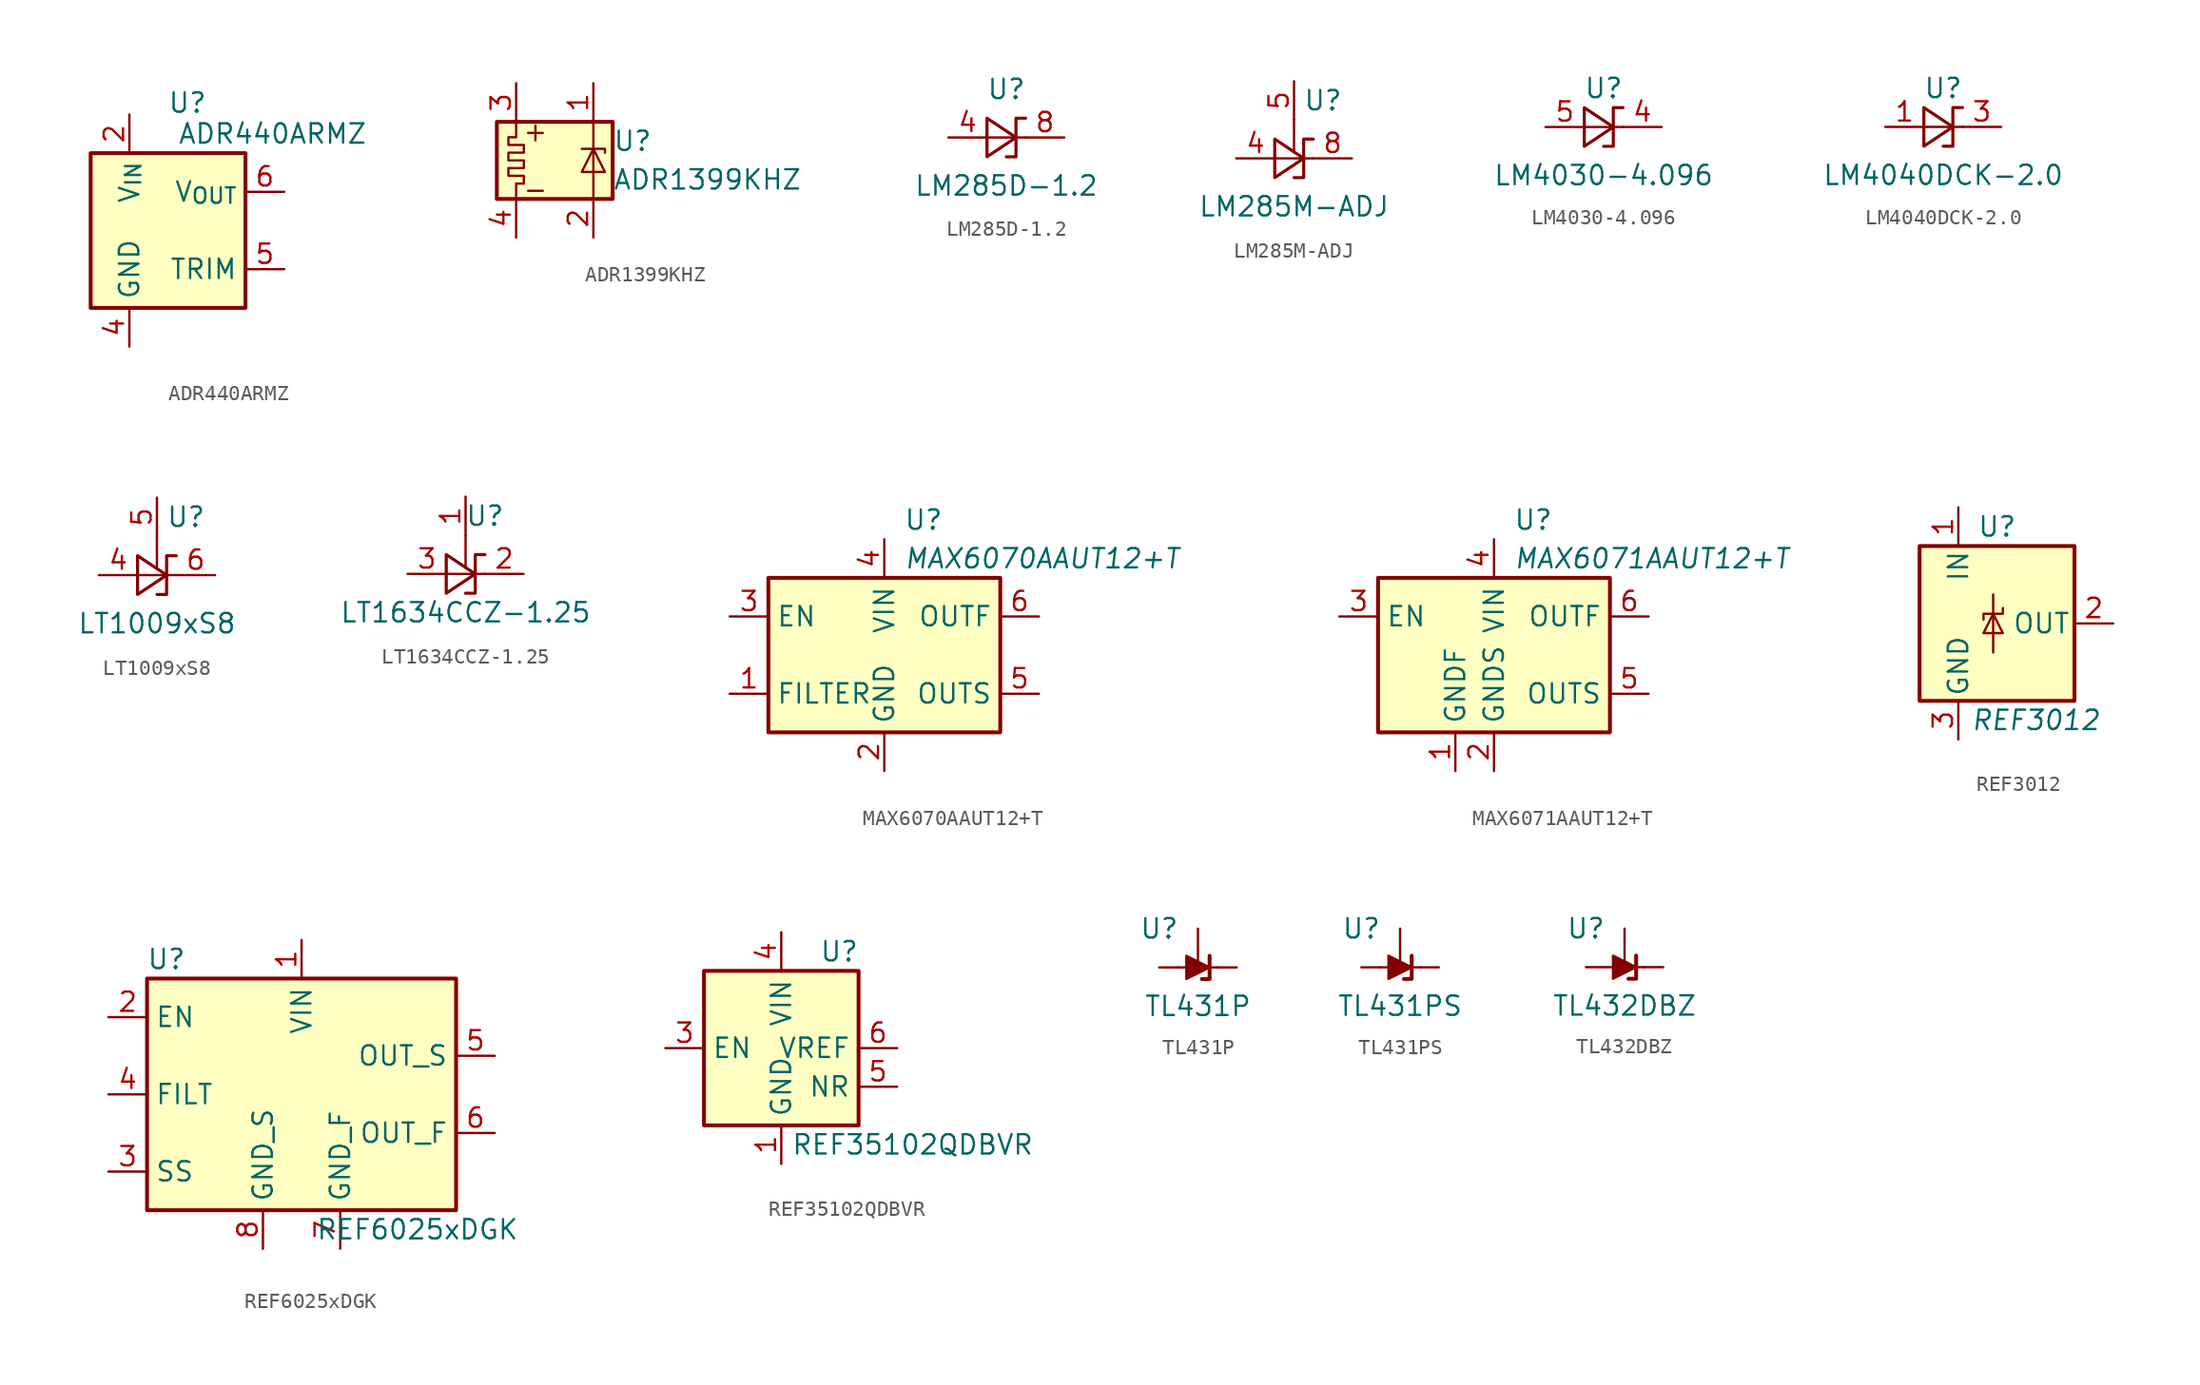
<source format=kicad_sym>
(kicad_symbol_lib
  (version 20241209)
  (generator "kicad_symbol_editor")
  (generator_version "9.0")
  (symbol "ADR440ARMZ"
    (property "Reference" "U"
      (at 1.27 8.382 0)
      (effects (font (size 1.27 1.27))))
    (property "Value" "ADR440ARMZ"
      (at 6.858 6.35 0)
      (effects (font (size 1.27 1.27))))
    (symbol "ADR440ARMZ_0_1"
      (rectangle (start -5.08 5.08) (end 5.08 -5.08) (stroke (width 0.254) (type default)) (fill (type background)))
      (pin power_in line (at -2.54 7.62 270) (length 2.54) (name "V_{IN}" (effects (font (size 1.27 1.27)))) (number "2" (effects (font (size 1.27 1.27)))))
      (pin power_in line (at -2.54 -7.62 90) (length 2.54) (name "GND" (effects (font (size 1.27 1.27)))) (number "4" (effects (font (size 1.27 1.27)))))
      (pin output line (at 7.62 2.54 180) (length 2.54) (name "V_{OUT}" (effects (font (size 1.27 1.27)))) (number "6" (effects (font (size 1.27 1.27)))))
      (pin passive line (at 7.62 -2.54 180) (length 2.54) (name "TRIM" (effects (font (size 1.27 1.27)))) (number "5" (effects (font (size 1.27 1.27))))))
    (symbol "ADR440ARMZ_1_1"
      (pin no_connect line (at -5.08 2.54 0) (length 2.54) (hide yes) (name "NC" (effects (font (size 1.27 1.27)))) (number "7" (effects (font (size 1.27 1.27)))))
      (pin no_connect line (at -5.08 0 0) (length 2.54) (hide yes) (name "NC" (effects (font (size 1.27 1.27)))) (number "1" (effects (font (size 1.27 1.27)))))
      (pin no_connect line (at -5.08 -2.54 0) (length 2.54) (hide yes) (name "NC" (effects (font (size 1.27 1.27)))) (number "8" (effects (font (size 1.27 1.27)))))
      (pin no_connect line (at 5.08 0 180) (length 2.54) (hide yes) (name "NC" (effects (font (size 1.27 1.27)))) (number "3" (effects (font (size 1.27 1.27)))))))
  (symbol "ADR1399KHZ"
    (pin_names
      (offset 1.016)
      (hide yes))
    (property "Reference" "U"
      (at 3.81 1.27 0)
      (effects (font (size 1.27 1.27)) (justify left)))
    (property "Value" "ADR1399KHZ"
      (at 3.81 -1.27 0)
      (effects (font (size 1.27 1.27)) (justify left)))
    (symbol "ADR1399KHZ_0_0"
      (text "+" (at -1.27 1.905 0) (effects (font (size 1.27 1.27)))))
    (symbol "ADR1399KHZ_0_1"
      (rectangle (start -3.81 2.54) (end 3.81 -2.54) (stroke (width 0.254) (type default)) (fill (type background)))
      (polyline (pts (xy -2.54 -2.54) (xy -2.54 -1.524) (xy -2.032 -1.524) (xy -2.032 -1.016) (xy -3.048 -1.016) (xy -3.048 -0.508) (xy -2.032 -0.508) (xy -2.032 0) (xy -3.048 0) (xy -3.048 0.508) (xy -2.032 0.508) (xy -2.032 1.016) (xy -3.048 1.016) (xy -3.048 1.524) (xy -2.54 1.524) (xy -2.54 2.54)) (stroke (width 0) (type default)) (fill (type none))))
    (symbol "ADR1399KHZ_1_1"
      (polyline (pts (xy 1.778 0.762) (xy 3.302 0.762) (xy 3.302 0.508)) (stroke (width 0) (type default)) (fill (type none)))
      (polyline (pts (xy 1.778 -0.762) (xy 3.302 -0.762) (xy 2.54 0.762) (xy 1.778 -0.762)) (stroke (width 0) (type default)) (fill (type none)))
      (polyline (pts (xy 2.54 2.54) (xy 2.54 -2.54)) (stroke (width 0) (type default)) (fill (type none)))
      (text "-" (at -1.27 -1.905 0) (effects (font (size 1.27 1.27))))
      (pin power_in line (at -2.54 5.08 270) (length 2.54) (name "~" (effects (font (size 1.27 1.27)))) (number "3" (effects (font (size 1.27 1.27)))))
      (pin power_in line (at -2.54 -5.08 90) (length 2.54) (name "~" (effects (font (size 1.27 1.27)))) (number "4" (effects (font (size 1.27 1.27)))))
      (pin passive line (at 2.54 5.08 270) (length 2.54) (name "~" (effects (font (size 1.27 1.27)))) (number "1" (effects (font (size 1.27 1.27)))))
      (pin passive line (at 2.54 -5.08 90) (length 2.54) (name "~" (effects (font (size 1.27 1.27)))) (number "2" (effects (font (size 1.27 1.27)))))))
  (symbol "LM285D-1.2"
    (pin_names
      (offset 0.025)
      (hide yes))
    (property "Reference" "U"
      (at 0 3.175 0)
      (effects (font (size 1.27 1.27))))
    (property "Value" "LM285D-1.2"
      (at 0 -3.175 0)
      (effects (font (size 1.27 1.27))))
    (symbol "LM285D-1.2_0_1"
      (polyline (pts (xy -1.27 0) (xy 0 0) (xy 1.27 0)) (stroke (width 0) (type default)) (fill (type none)))
      (polyline (pts (xy -1.27 -1.27) (xy 0.635 0) (xy -1.27 1.27) (xy -1.27 -1.27)) (stroke (width 0.203) (type default)) (fill (type none)))
      (polyline (pts (xy 0 -1.27) (xy 0.635 -1.27) (xy 0.635 1.27) (xy 1.27 1.27)) (stroke (width 0.203) (type default)) (fill (type none))))
    (symbol "LM285D-1.2_1_1"
      (pin passive line (at -3.81 0 0) (length 2.54) (name "A" (effects (font (size 1.27 1.27)))) (number "4" (effects (font (size 1.27 1.27)))))
      (pin passive line (at 3.81 0 180) (length 2.54) (name "K" (effects (font (size 1.27 1.27)))) (number "8" (effects (font (size 1.27 1.27)))))))
  (symbol "LM285M-ADJ"
    (pin_names
      (offset 0.025)
      (hide yes))
    (property "Reference" "U"
      (at 1.905 3.81 0)
      (effects (font (size 1.27 1.27))))
    (property "Value" "LM285M-ADJ"
      (at 0 -3.175 0)
      (effects (font (size 1.27 1.27))))
    (symbol "LM285M-ADJ_0_1"
      (polyline (pts (xy -1.27 0) (xy 0 0) (xy 1.27 0)) (stroke (width 0) (type default)) (fill (type none)))
      (polyline (pts (xy -1.27 -1.27) (xy 0.635 0) (xy -1.27 1.27) (xy -1.27 -1.27)) (stroke (width 0.203) (type default)) (fill (type none)))
      (polyline (pts (xy 0 2.54) (xy 0 0.381)) (stroke (width 0) (type default)) (fill (type none)))
      (polyline (pts (xy 0 -1.27) (xy 0.635 -1.27) (xy 0.635 1.27) (xy 1.27 1.27)) (stroke (width 0.203) (type default)) (fill (type none))))
    (symbol "LM285M-ADJ_1_1"
      (pin passive line (at -3.81 0 0) (length 2.54) (name "A" (effects (font (size 1.27 1.27)))) (number "4" (effects (font (size 1.27 1.27)))))
      (pin input line (at 0 5.08 270) (length 2.54) (name "FB" (effects (font (size 1.27 1.27)))) (number "5" (effects (font (size 1.27 1.27)))))
      (pin passive line (at 3.81 0 180) (length 2.54) (name "K" (effects (font (size 1.27 1.27)))) (number "8" (effects (font (size 1.27 1.27)))))))
  (symbol "LM4030-4.096"
    (pin_names
      (offset 0.025)
      (hide yes))
    (property "Reference" "U"
      (at 0 2.54 0)
      (effects (font (size 1.27 1.27))))
    (property "Value" "LM4030-4.096"
      (at 0 -3.175 0)
      (effects (font (size 1.27 1.27))))
    (symbol "LM4030-4.096_0_1"
      (polyline (pts (xy -1.27 0) (xy 0 0) (xy 1.27 0)) (stroke (width 0) (type default)) (fill (type none)))
      (polyline (pts (xy -1.27 -1.27) (xy 0.635 0) (xy -1.27 1.27) (xy -1.27 -1.27)) (stroke (width 0.203) (type default)) (fill (type none)))
      (polyline (pts (xy 0 -1.27) (xy 0.635 -1.27) (xy 0.635 1.27) (xy 1.27 1.27)) (stroke (width 0.203) (type default)) (fill (type none))))
    (symbol "LM4030-4.096_1_1"
      (pin passive line (at -3.81 0 0) (length 2.54) (name "A" (effects (font (size 1.27 1.27)))) (number "5" (effects (font (size 1.27 1.27)))))
      (pin passive line (at 3.81 0 180) (length 2.54) (name "K" (effects (font (size 1.27 1.27)))) (number "4" (effects (font (size 1.27 1.27)))))))
  (symbol "LM4040DCK-2.0"
    (pin_names
      (offset 0.025)
      (hide yes))
    (property "Reference" "U"
      (at 0 2.54 0)
      (effects (font (size 1.27 1.27))))
    (property "Value" "LM4040DCK-2.0"
      (at 0 -3.175 0)
      (effects (font (size 1.27 1.27))))
    (symbol "LM4040DCK-2.0_0_1"
      (polyline (pts (xy -1.27 0) (xy 0 0) (xy 1.27 0)) (stroke (width 0) (type default)) (fill (type none)))
      (polyline (pts (xy -1.27 -1.27) (xy 0.635 0) (xy -1.27 1.27) (xy -1.27 -1.27)) (stroke (width 0.203) (type default)) (fill (type none)))
      (polyline (pts (xy 0 -1.27) (xy 0.635 -1.27) (xy 0.635 1.27) (xy 1.27 1.27)) (stroke (width 0.203) (type default)) (fill (type none))))
    (symbol "LM4040DCK-2.0_1_1"
      (pin passive line (at -3.81 0 0) (length 2.54) (name "A" (effects (font (size 1.27 1.27)))) (number "1" (effects (font (size 1.27 1.27)))))
      (pin no_connect line (at -1.27 0 0) (length 2.54) (hide yes) (name "NC" (effects (font (size 1.27 1.27)))) (number "2" (effects (font (size 1.27 1.27)))))
      (pin no_connect line (at 0 0 0) (length 2.54) (hide yes) (name "NC" (effects (font (size 1.27 1.27)))) (number "4" (effects (font (size 1.27 1.27)))))
      (pin no_connect line (at 1.27 0 0) (length 2.54) (hide yes) (name "NC" (effects (font (size 1.27 1.27)))) (number "5" (effects (font (size 1.27 1.27)))))
      (pin passive line (at 3.81 0 180) (length 2.54) (name "K" (effects (font (size 1.27 1.27)))) (number "3" (effects (font (size 1.27 1.27)))))))
  (symbol "LT1009xS8"
    (pin_names
      (offset 0.025)
      (hide yes))
    (property "Reference" "U"
      (at 1.905 3.81 0)
      (effects (font (size 1.27 1.27))))
    (property "Value" "LT1009xS8"
      (at 0 -3.175 0)
      (effects (font (size 1.27 1.27))))
    (symbol "LT1009xS8_0_1"
      (polyline (pts (xy -1.27 0) (xy 0 0) (xy 1.27 0)) (stroke (width 0) (type default)) (fill (type none)))
      (polyline (pts (xy -1.27 -1.27) (xy 0.635 0) (xy -1.27 1.27) (xy -1.27 -1.27)) (stroke (width 0.203) (type default)) (fill (type none)))
      (polyline (pts (xy 0 2.54) (xy 0 0.381)) (stroke (width 0) (type default)) (fill (type none)))
      (polyline (pts (xy 0 -1.27) (xy 0.635 -1.27) (xy 0.635 1.27) (xy 1.27 1.27)) (stroke (width 0.203) (type default)) (fill (type none))))
    (symbol "LT1009xS8_1_1"
      (pin passive line (at -3.81 0 0) (length 2.54) (name "A" (effects (font (size 1.27 1.27)))) (number "4" (effects (font (size 1.27 1.27)))))
      (pin input line (at 0 5.08 270) (length 2.54) (name "FB" (effects (font (size 1.27 1.27)))) (number "5" (effects (font (size 1.27 1.27)))))
      (pin passive line (at 3.81 0 180) (length 2.54) (name "K" (effects (font (size 1.27 1.27)))) (number "6" (effects (font (size 1.27 1.27)))))
      (pin passive line (at 3.81 0 180) (length 2.54) (hide yes) (name "K" (effects (font (size 1.27 1.27)))) (number "8" (effects (font (size 1.27 1.27)))))))
  (symbol "LT1634CCZ-1.25"
    (pin_names
      (hide yes))
    (property "Reference" "U"
      (at 1.27 3.81 0)
      (effects (font (size 1.27 1.27))))
    (property "Value" "LT1634CCZ-1.25"
      (at 0 -2.54 0)
      (effects (font (size 1.27 1.27))))
    (symbol "LT1634CCZ-1.25_1_1"
      (polyline (pts (xy -1.27 0) (xy 0 0) (xy 1.27 0)) (stroke (width 0) (type default)) (fill (type none)))
      (polyline (pts (xy -1.27 -1.27) (xy 0.635 0) (xy -1.27 1.27) (xy -1.27 -1.27)) (stroke (width 0.203) (type default)) (fill (type none)))
      (polyline (pts (xy 0 2.54) (xy 0 0.381)) (stroke (width 0) (type default)) (fill (type none)))
      (polyline (pts (xy 0 -1.27) (xy 0.635 -1.27) (xy 0.635 1.27) (xy 1.27 1.27)) (stroke (width 0.203) (type default)) (fill (type none)))
      (pin passive line (at -3.81 0 0) (length 2.54) (name "A" (effects (font (size 1.27 1.27)))) (number "3" (effects (font (size 1.27 1.27)))))
      (pin input line (at 0 5.08 270) (length 2.54) (name "Test" (effects (font (size 1.27 1.27)))) (number "1" (effects (font (size 1.27 1.27)))))
      (pin passive line (at 3.81 0 180) (length 2.54) (name "K" (effects (font (size 1.27 1.27)))) (number "2" (effects (font (size 1.27 1.27)))))))
  (symbol "MAX6070AAUT12+T"
    (property "Reference" "U"
      (at 1.27 8.89 0)
      (effects (font (size 1.27 1.27)) (justify left)))
    (property "Value" "MAX6070AAUT12+T"
      (at 1.27 6.35 0)
      (effects (font (size 1.27 1.27) (italic yes)) (justify left)))
    (symbol "MAX6070AAUT12+T_0_1"
      (rectangle (start -7.62 5.08) (end 7.62 -5.08) (stroke (width 0.254) (type solid)) (fill (type background))))
    (symbol "MAX6070AAUT12+T_1_1"
      (pin input line (at -10.16 2.54 0) (length 2.54) (name "EN" (effects (font (size 1.27 1.27)))) (number "3" (effects (font (size 1.27 1.27)))))
      (pin passive line (at -10.16 -2.54 0) (length 2.54) (name "FILTER" (effects (font (size 1.27 1.27)))) (number "1" (effects (font (size 1.27 1.27)))))
      (pin power_in line (at 0 7.62 270) (length 2.54) (name "VIN" (effects (font (size 1.27 1.27)))) (number "4" (effects (font (size 1.27 1.27)))))
      (pin power_in line (at 0 -7.62 90) (length 2.54) (name "GND" (effects (font (size 1.27 1.27)))) (number "2" (effects (font (size 1.27 1.27)))))
      (pin output line (at 10.16 2.54 180) (length 2.54) (name "OUTF" (effects (font (size 1.27 1.27)))) (number "6" (effects (font (size 1.27 1.27)))))
      (pin input line (at 10.16 -2.54 180) (length 2.54) (name "OUTS" (effects (font (size 1.27 1.27)))) (number "5" (effects (font (size 1.27 1.27)))))))
  (symbol "MAX6071AAUT12+T"
    (property "Reference" "U"
      (at 1.27 8.89 0)
      (effects (font (size 1.27 1.27)) (justify left)))
    (property "Value" "MAX6071AAUT12+T"
      (at 1.27 6.35 0)
      (effects (font (size 1.27 1.27) (italic yes)) (justify left)))
    (symbol "MAX6071AAUT12+T_0_1"
      (rectangle (start -7.62 5.08) (end 7.62 -5.08) (stroke (width 0.254) (type solid)) (fill (type background))))
    (symbol "MAX6071AAUT12+T_1_1"
      (pin input line (at -10.16 2.54 0) (length 2.54) (name "EN" (effects (font (size 1.27 1.27)))) (number "3" (effects (font (size 1.27 1.27)))))
      (pin power_in line (at -2.54 -7.62 90) (length 2.54) (name "GNDF" (effects (font (size 1.27 1.27)))) (number "1" (effects (font (size 1.27 1.27)))))
      (pin power_in line (at 0 7.62 270) (length 2.54) (name "VIN" (effects (font (size 1.27 1.27)))) (number "4" (effects (font (size 1.27 1.27)))))
      (pin power_in line (at 0 -7.62 90) (length 2.54) (name "GNDS" (effects (font (size 1.27 1.27)))) (number "2" (effects (font (size 1.27 1.27)))))
      (pin output line (at 10.16 2.54 180) (length 2.54) (name "OUTF" (effects (font (size 1.27 1.27)))) (number "6" (effects (font (size 1.27 1.27)))))
      (pin input line (at 10.16 -2.54 180) (length 2.54) (name "OUTS" (effects (font (size 1.27 1.27)))) (number "5" (effects (font (size 1.27 1.27)))))))
  (symbol "REF3012"
    (pin_names
      (offset 0.254))
    (property "Reference" "U"
      (at 0 6.35 0)
      (effects (font (size 1.27 1.27))))
    (property "Value" "REF3012"
      (at 2.54 -6.35 0)
      (effects (font (size 1.27 1.27) (italic yes))))
    (symbol "REF3012_0_1"
      (rectangle (start -5.08 5.08) (end 5.08 -5.08) (stroke (width 0.254) (type default)) (fill (type background)))
      (polyline (pts (xy -0.889 -0.635) (xy 0.381 -0.635) (xy -0.254 0.635) (xy -0.889 -0.635)) (stroke (width 0) (type default)) (fill (type none)))
      (polyline (pts (xy -0.254 1.905) (xy -0.254 -1.905)) (stroke (width 0) (type default)) (fill (type none)))
      (polyline (pts (xy 0.381 1.016) (xy 0.381 0.635) (xy -0.889 0.635) (xy -0.889 0.254)) (stroke (width 0) (type default)) (fill (type none))))
    (symbol "REF3012_1_1"
      (pin power_in line (at -2.54 7.62 270) (length 2.54) (name "IN" (effects (font (size 1.27 1.27)))) (number "1" (effects (font (size 1.27 1.27)))))
      (pin power_in line (at -2.54 -7.62 90) (length 2.54) (name "GND" (effects (font (size 1.27 1.27)))) (number "3" (effects (font (size 1.27 1.27)))))
      (pin power_out line (at 7.62 0 180) (length 2.54) (name "OUT" (effects (font (size 1.27 1.27)))) (number "2" (effects (font (size 1.27 1.27)))))))
  (symbol "REF6025xDGK"
    (property "Reference" "U"
      (at -8.89 8.89 0)
      (effects (font (size 1.27 1.27))))
    (property "Value" "REF6025xDGK"
      (at 7.62 -8.89 0)
      (effects (font (size 1.27 1.27))))
    (symbol "REF6025xDGK_0_1"
      (rectangle (start -10.16 7.62) (end 10.16 -7.62) (stroke (width 0.254) (type default)) (fill (type background))))
    (symbol "REF6025xDGK_1_1"
      (pin input line (at -12.7 5.08 0) (length 2.54) (name "EN" (effects (font (size 1.27 1.27)))) (number "2" (effects (font (size 1.27 1.27)))))
      (pin passive line (at -12.7 0 0) (length 2.54) (name "FILT" (effects (font (size 1.27 1.27)))) (number "4" (effects (font (size 1.27 1.27)))))
      (pin passive line (at -12.7 -5.08 0) (length 2.54) (name "SS" (effects (font (size 1.27 1.27)))) (number "3" (effects (font (size 1.27 1.27)))))
      (pin power_in line (at -2.54 -10.16 90) (length 2.54) (name "GND_S" (effects (font (size 1.27 1.27)))) (number "8" (effects (font (size 1.27 1.27)))))
      (pin power_in line (at 0 10.16 270) (length 2.54) (name "VIN" (effects (font (size 1.27 1.27)))) (number "1" (effects (font (size 1.27 1.27)))))
      (pin power_in line (at 2.54 -10.16 90) (length 2.54) (name "GND_F" (effects (font (size 1.27 1.27)))) (number "7" (effects (font (size 1.27 1.27)))))
      (pin input line (at 12.7 2.54 180) (length 2.54) (name "OUT_S" (effects (font (size 1.27 1.27)))) (number "5" (effects (font (size 1.27 1.27)))))
      (pin output line (at 12.7 -2.54 180) (length 2.54) (name "OUT_F" (effects (font (size 1.27 1.27)))) (number "6" (effects (font (size 1.27 1.27)))))))
  (symbol "REF35102QDBVR"
    (property "Reference" "U"
      (at 3.81 6.35 0)
      (effects (font (size 1.27 1.27))))
    (property "Value" "REF35102QDBVR"
      (at 8.636 -6.35 0)
      (effects (font (size 1.27 1.27))))
    (symbol "REF35102QDBVR_1_1"
      (rectangle (start -5.08 5.08) (end 5.08 -5.08) (stroke (width 0.254) (type default)) (fill (type background)))
      (pin input line (at -7.62 0 0) (length 2.54) (name "EN" (effects (font (size 1.27 1.27)))) (number "3" (effects (font (size 1.27 1.27)))))
      (pin power_in line (at 0 7.62 270) (length 2.54) (name "VIN" (effects (font (size 1.27 1.27)))) (number "4" (effects (font (size 1.27 1.27)))))
      (pin power_in line (at 0 -7.62 90) (length 2.54) (name "GND" (effects (font (size 1.27 1.27)))) (number "1" (effects (font (size 1.27 1.27)))))
      (pin passive line (at 0 -7.62 90) (length 2.54) (hide yes) (name "GND" (effects (font (size 1.27 1.27)))) (number "2" (effects (font (size 1.27 1.27)))))
      (pin power_out line (at 7.62 0 180) (length 2.54) (name "VREF" (effects (font (size 1.27 1.27)))) (number "6" (effects (font (size 1.27 1.27)))))
      (pin output line (at 7.62 -2.54 180) (length 2.54) (name "NR" (effects (font (size 1.27 1.27)))) (number "5" (effects (font (size 1.27 1.27)))))))
  (symbol "TL431P"
    (pin_numbers
      (hide yes))
    (pin_names
      (hide yes))
    (property "Reference" "U"
      (at -2.54 2.54 0)
      (effects (font (size 1.27 1.27))))
    (property "Value" "TL431P"
      (at 0 -2.54 0)
      (effects (font (size 1.27 1.27))))
    (symbol "TL431P_0_1"
      (polyline (pts (xy -1.27 0) (xy 0 0) (xy 1.27 0)) (stroke (width 0) (type default)) (fill (type none)))
      (polyline (pts (xy -0.762 -0.762) (xy -0.762 0.762) (xy 0.762 0) (xy -0.762 -0.762)) (stroke (width 0) (type default)) (fill (type outline)))
      (polyline (pts (xy 0.254 -0.762) (xy 0.762 -0.762) (xy 0.762 0.762) (xy 0.762 0.762)) (stroke (width 0.254) (type default)) (fill (type none))))
    (symbol "TL431P_1_1"
      (pin passive line (at -2.54 0 0) (length 1.27) (name "A" (effects (font (size 1.27 1.27)))) (number "6" (effects (font (size 1.27 1.27)))))
      (pin passive line (at 0 2.54 270) (length 2.54) (name "REF" (effects (font (size 1.27 1.27)))) (number "8" (effects (font (size 1.27 1.27)))))
      (pin passive line (at 2.54 0 180) (length 1.27) (name "K" (effects (font (size 1.27 1.27)))) (number "1" (effects (font (size 1.27 1.27)))))))
  (symbol "TL431PS"
    (pin_numbers
      (hide yes))
    (pin_names
      (hide yes))
    (property "Reference" "U"
      (at -2.54 2.54 0)
      (effects (font (size 1.27 1.27))))
    (property "Value" "TL431PS"
      (at 0 -2.54 0)
      (effects (font (size 1.27 1.27))))
    (symbol "TL431PS_0_1"
      (polyline (pts (xy -1.27 0) (xy 0 0) (xy 1.27 0)) (stroke (width 0) (type default)) (fill (type none)))
      (polyline (pts (xy -0.762 -0.762) (xy -0.762 0.762) (xy 0.762 0) (xy -0.762 -0.762)) (stroke (width 0) (type default)) (fill (type outline)))
      (polyline (pts (xy 0.254 -0.762) (xy 0.762 -0.762) (xy 0.762 0.762) (xy 0.762 0.762)) (stroke (width 0.254) (type default)) (fill (type none))))
    (symbol "TL431PS_1_1"
      (pin passive line (at -2.54 0 0) (length 1.27) (name "A" (effects (font (size 1.27 1.27)))) (number "6" (effects (font (size 1.27 1.27)))))
      (pin passive line (at 0 2.54 270) (length 2.54) (name "REF" (effects (font (size 1.27 1.27)))) (number "8" (effects (font (size 1.27 1.27)))))
      (pin passive line (at 2.54 0 180) (length 1.27) (name "K" (effects (font (size 1.27 1.27)))) (number "1" (effects (font (size 1.27 1.27)))))))
  (symbol "TL432DBZ"
    (pin_numbers
      (hide yes))
    (pin_names
      (hide yes))
    (property "Reference" "U"
      (at -2.54 2.54 0)
      (effects (font (size 1.27 1.27))))
    (property "Value" "TL432DBZ"
      (at 0 -2.54 0)
      (effects (font (size 1.27 1.27))))
    (symbol "TL432DBZ_0_1"
      (polyline (pts (xy -1.27 0) (xy 0 0) (xy 1.27 0)) (stroke (width 0) (type default)) (fill (type none)))
      (polyline (pts (xy -0.762 -0.762) (xy -0.762 0.762) (xy 0.762 0) (xy -0.762 -0.762)) (stroke (width 0) (type default)) (fill (type outline)))
      (polyline (pts (xy 0.254 -0.762) (xy 0.762 -0.762) (xy 0.762 0.762) (xy 0.762 0.762)) (stroke (width 0.254) (type default)) (fill (type none))))
    (symbol "TL432DBZ_1_1"
      (pin passive line (at -2.54 0 0) (length 1.27) (name "A" (effects (font (size 1.27 1.27)))) (number "3" (effects (font (size 1.27 1.27)))))
      (pin passive line (at 0 2.54 270) (length 2.54) (name "REF" (effects (font (size 1.27 1.27)))) (number "1" (effects (font (size 1.27 1.27)))))
      (pin passive line (at 2.54 0 180) (length 1.27) (name "K" (effects (font (size 1.27 1.27)))) (number "2" (effects (font (size 1.27 1.27))))))))
</source>
